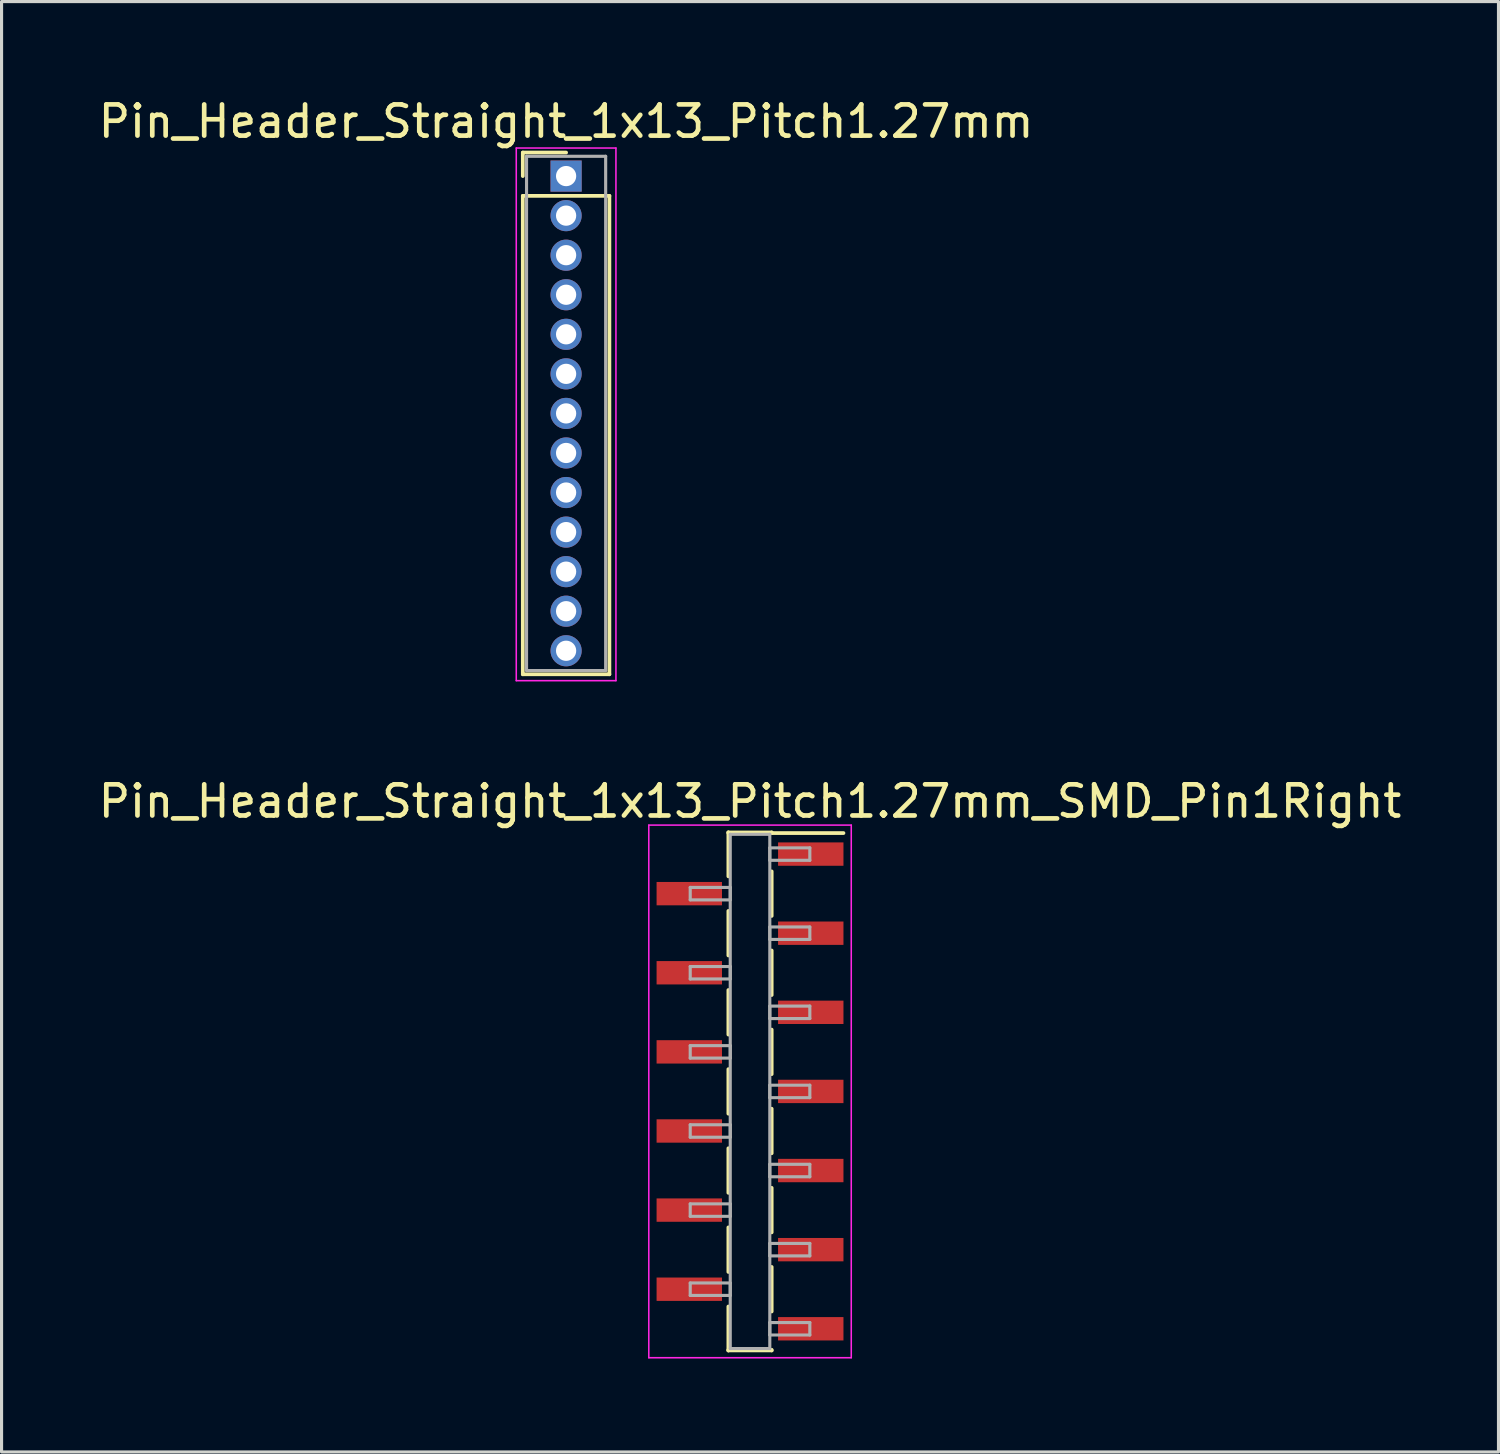
<source format=kicad_pcb>
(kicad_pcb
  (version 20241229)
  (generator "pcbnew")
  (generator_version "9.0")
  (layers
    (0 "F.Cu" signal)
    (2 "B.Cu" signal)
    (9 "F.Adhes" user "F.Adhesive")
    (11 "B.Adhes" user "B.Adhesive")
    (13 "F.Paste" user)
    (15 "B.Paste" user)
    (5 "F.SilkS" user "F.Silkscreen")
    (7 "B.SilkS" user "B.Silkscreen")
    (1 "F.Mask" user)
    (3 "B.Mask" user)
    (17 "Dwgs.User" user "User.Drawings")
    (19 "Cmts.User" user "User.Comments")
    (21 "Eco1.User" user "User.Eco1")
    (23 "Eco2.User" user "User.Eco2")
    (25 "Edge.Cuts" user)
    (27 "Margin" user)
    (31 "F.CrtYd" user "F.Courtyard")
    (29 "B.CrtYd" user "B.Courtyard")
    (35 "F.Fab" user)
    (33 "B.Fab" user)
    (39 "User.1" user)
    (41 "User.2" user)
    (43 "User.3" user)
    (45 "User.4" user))
  (footprint "Pin_Header_Straight_1x13_Pitch1.27mm_SMD_Pin1Right"
    (layer "F.Cu")
    (at 21.03 31.991)
    (property "Reference" "Pin_Header_Straight_1x13_Pitch1.27mm_SMD_Pin1Right" (at 0 -9.315 0) (layer "F.SilkS") (effects (font (size 1 1) (thickness 0.15))))
    (attr smd)
    (fp_line (start -0.695 -8.315) (end -0.695 -6.905) (stroke (width 0.12) (type solid)) (layer "F.SilkS"))
    (fp_line (start -0.695 -8.315) (end 0.695 -8.315) (stroke (width 0.12) (type solid)) (layer "F.SilkS"))
    (fp_line (start -0.695 -8.295) (end -0.695 -8.315) (stroke (width 0.12) (type solid)) (layer "F.SilkS"))
    (fp_line (start -0.695 -5.795) (end -0.695 -4.365) (stroke (width 0.12) (type solid)) (layer "F.SilkS"))
    (fp_line (start -0.695 -3.255) (end -0.695 -1.825) (stroke (width 0.12) (type solid)) (layer "F.SilkS"))
    (fp_line (start -0.695 -0.715) (end -0.695 0.715) (stroke (width 0.12) (type solid)) (layer "F.SilkS"))
    (fp_line (start -0.695 1.825) (end -0.695 3.255) (stroke (width 0.12) (type solid)) (layer "F.SilkS"))
    (fp_line (start -0.695 4.365) (end -0.695 5.795) (stroke (width 0.12) (type solid)) (layer "F.SilkS"))
    (fp_line (start -0.695 6.905) (end -0.695 8.315) (stroke (width 0.12) (type solid)) (layer "F.SilkS"))
    (fp_line (start -0.695 8.295) (end -0.695 8.315) (stroke (width 0.12) (type solid)) (layer "F.SilkS"))
    (fp_line (start -0.695 8.315) (end 0.695 8.315) (stroke (width 0.12) (type solid)) (layer "F.SilkS"))
    (fp_line (start 0.695 -8.315) (end 0.695 -8.295) (stroke (width 0.12) (type solid)) (layer "F.SilkS"))
    (fp_line (start 0.695 -8.295) (end 3 -8.295) (stroke (width 0.12) (type solid)) (layer "F.SilkS"))
    (fp_line (start 0.695 -7.065) (end 0.695 -5.635) (stroke (width 0.12) (type solid)) (layer "F.SilkS"))
    (fp_line (start 0.695 -4.525) (end 0.695 -3.095) (stroke (width 0.12) (type solid)) (layer "F.SilkS"))
    (fp_line (start 0.695 -1.985) (end 0.695 -0.555) (stroke (width 0.12) (type solid)) (layer "F.SilkS"))
    (fp_line (start 0.695 0.555) (end 0.695 1.985) (stroke (width 0.12) (type solid)) (layer "F.SilkS"))
    (fp_line (start 0.695 3.095) (end 0.695 4.525) (stroke (width 0.12) (type solid)) (layer "F.SilkS"))
    (fp_line (start 0.695 5.635) (end 0.695 7.065) (stroke (width 0.12) (type solid)) (layer "F.SilkS"))
    (fp_line (start 0.695 8.315) (end 0.695 8.295) (stroke (width 0.12) (type solid)) (layer "F.SilkS"))
    (fp_line (start -3.25 -8.55) (end -3.25 8.55) (stroke (width 0.05) (type solid)) (layer "F.CrtYd"))
    (fp_line (start -3.25 8.55) (end 3.25 8.55) (stroke (width 0.05) (type solid)) (layer "F.CrtYd"))
    (fp_line (start 3.25 -8.55) (end -3.25 -8.55) (stroke (width 0.05) (type solid)) (layer "F.CrtYd"))
    (fp_line (start 3.25 8.55) (end 3.25 -8.55) (stroke (width 0.05) (type solid)) (layer "F.CrtYd"))
    (fp_line (start -1.92 -6.55) (end -0.635 -6.55) (stroke (width 0.1) (type solid)) (layer "F.Fab"))
    (fp_line (start -1.92 -6.15) (end -1.92 -6.55) (stroke (width 0.1) (type solid)) (layer "F.Fab"))
    (fp_line (start -1.92 -4.01) (end -0.635 -4.01) (stroke (width 0.1) (type solid)) (layer "F.Fab"))
    (fp_line (start -1.92 -3.61) (end -1.92 -4.01) (stroke (width 0.1) (type solid)) (layer "F.Fab"))
    (fp_line (start -1.92 -1.47) (end -0.635 -1.47) (stroke (width 0.1) (type solid)) (layer "F.Fab"))
    (fp_line (start -1.92 -1.07) (end -1.92 -1.47) (stroke (width 0.1) (type solid)) (layer "F.Fab"))
    (fp_line (start -1.92 1.07) (end -0.635 1.07) (stroke (width 0.1) (type solid)) (layer "F.Fab"))
    (fp_line (start -1.92 1.47) (end -1.92 1.07) (stroke (width 0.1) (type solid)) (layer "F.Fab"))
    (fp_line (start -1.92 3.61) (end -0.635 3.61) (stroke (width 0.1) (type solid)) (layer "F.Fab"))
    (fp_line (start -1.92 4.01) (end -1.92 3.61) (stroke (width 0.1) (type solid)) (layer "F.Fab"))
    (fp_line (start -1.92 6.15) (end -0.635 6.15) (stroke (width 0.1) (type solid)) (layer "F.Fab"))
    (fp_line (start -1.92 6.55) (end -1.92 6.15) (stroke (width 0.1) (type solid)) (layer "F.Fab"))
    (fp_line (start -0.635 -8.255) (end -0.635 8.255) (stroke (width 0.1) (type solid)) (layer "F.Fab"))
    (fp_line (start -0.635 -6.55) (end -0.635 -6.15) (stroke (width 0.1) (type solid)) (layer "F.Fab"))
    (fp_line (start -0.635 -6.15) (end -1.92 -6.15) (stroke (width 0.1) (type solid)) (layer "F.Fab"))
    (fp_line (start -0.635 -4.01) (end -0.635 -3.61) (stroke (width 0.1) (type solid)) (layer "F.Fab"))
    (fp_line (start -0.635 -3.61) (end -1.92 -3.61) (stroke (width 0.1) (type solid)) (layer "F.Fab"))
    (fp_line (start -0.635 -1.47) (end -0.635 -1.07) (stroke (width 0.1) (type solid)) (layer "F.Fab"))
    (fp_line (start -0.635 -1.07) (end -1.92 -1.07) (stroke (width 0.1) (type solid)) (layer "F.Fab"))
    (fp_line (start -0.635 1.07) (end -0.635 1.47) (stroke (width 0.1) (type solid)) (layer "F.Fab"))
    (fp_line (start -0.635 1.47) (end -1.92 1.47) (stroke (width 0.1) (type solid)) (layer "F.Fab"))
    (fp_line (start -0.635 3.61) (end -0.635 4.01) (stroke (width 0.1) (type solid)) (layer "F.Fab"))
    (fp_line (start -0.635 4.01) (end -1.92 4.01) (stroke (width 0.1) (type solid)) (layer "F.Fab"))
    (fp_line (start -0.635 6.15) (end -0.635 6.55) (stroke (width 0.1) (type solid)) (layer "F.Fab"))
    (fp_line (start -0.635 6.55) (end -1.92 6.55) (stroke (width 0.1) (type solid)) (layer "F.Fab"))
    (fp_line (start -0.635 8.255) (end 0.635 8.255) (stroke (width 0.1) (type solid)) (layer "F.Fab"))
    (fp_line (start 0.635 -8.255) (end -0.635 -8.255) (stroke (width 0.1) (type solid)) (layer "F.Fab"))
    (fp_line (start 0.635 -7.82) (end 0.635 -7.42) (stroke (width 0.1) (type solid)) (layer "F.Fab"))
    (fp_line (start 0.635 -7.42) (end 1.92 -7.42) (stroke (width 0.1) (type solid)) (layer "F.Fab"))
    (fp_line (start 0.635 -5.28) (end 0.635 -4.88) (stroke (width 0.1) (type solid)) (layer "F.Fab"))
    (fp_line (start 0.635 -4.88) (end 1.92 -4.88) (stroke (width 0.1) (type solid)) (layer "F.Fab"))
    (fp_line (start 0.635 -2.74) (end 0.635 -2.34) (stroke (width 0.1) (type solid)) (layer "F.Fab"))
    (fp_line (start 0.635 -2.34) (end 1.92 -2.34) (stroke (width 0.1) (type solid)) (layer "F.Fab"))
    (fp_line (start 0.635 -0.2) (end 0.635 0.2) (stroke (width 0.1) (type solid)) (layer "F.Fab"))
    (fp_line (start 0.635 0.2) (end 1.92 0.2) (stroke (width 0.1) (type solid)) (layer "F.Fab"))
    (fp_line (start 0.635 2.34) (end 0.635 2.74) (stroke (width 0.1) (type solid)) (layer "F.Fab"))
    (fp_line (start 0.635 2.74) (end 1.92 2.74) (stroke (width 0.1) (type solid)) (layer "F.Fab"))
    (fp_line (start 0.635 4.88) (end 0.635 5.28) (stroke (width 0.1) (type solid)) (layer "F.Fab"))
    (fp_line (start 0.635 5.28) (end 1.92 5.28) (stroke (width 0.1) (type solid)) (layer "F.Fab"))
    (fp_line (start 0.635 7.42) (end 0.635 7.82) (stroke (width 0.1) (type solid)) (layer "F.Fab"))
    (fp_line (start 0.635 7.82) (end 1.92 7.82) (stroke (width 0.1) (type solid)) (layer "F.Fab"))
    (fp_line (start 0.635 8.255) (end 0.635 -8.255) (stroke (width 0.1) (type solid)) (layer "F.Fab"))
    (fp_line (start 1.92 -7.82) (end 0.635 -7.82) (stroke (width 0.1) (type solid)) (layer "F.Fab"))
    (fp_line (start 1.92 -7.42) (end 1.92 -7.82) (stroke (width 0.1) (type solid)) (layer "F.Fab"))
    (fp_line (start 1.92 -5.28) (end 0.635 -5.28) (stroke (width 0.1) (type solid)) (layer "F.Fab"))
    (fp_line (start 1.92 -4.88) (end 1.92 -5.28) (stroke (width 0.1) (type solid)) (layer "F.Fab"))
    (fp_line (start 1.92 -2.74) (end 0.635 -2.74) (stroke (width 0.1) (type solid)) (layer "F.Fab"))
    (fp_line (start 1.92 -2.34) (end 1.92 -2.74) (stroke (width 0.1) (type solid)) (layer "F.Fab"))
    (fp_line (start 1.92 -0.2) (end 0.635 -0.2) (stroke (width 0.1) (type solid)) (layer "F.Fab"))
    (fp_line (start 1.92 0.2) (end 1.92 -0.2) (stroke (width 0.1) (type solid)) (layer "F.Fab"))
    (fp_line (start 1.92 2.34) (end 0.635 2.34) (stroke (width 0.1) (type solid)) (layer "F.Fab"))
    (fp_line (start 1.92 2.74) (end 1.92 2.34) (stroke (width 0.1) (type solid)) (layer "F.Fab"))
    (fp_line (start 1.92 4.88) (end 0.635 4.88) (stroke (width 0.1) (type solid)) (layer "F.Fab"))
    (fp_line (start 1.92 5.28) (end 1.92 4.88) (stroke (width 0.1) (type solid)) (layer "F.Fab"))
    (fp_line (start 1.92 7.42) (end 0.635 7.42) (stroke (width 0.1) (type solid)) (layer "F.Fab"))
    (fp_line (start 1.92 7.82) (end 1.92 7.42) (stroke (width 0.1) (type solid)) (layer "F.Fab"))
    (pad "1" smd rect (at 1.95 -7.62) (size 2.1 0.75) (layers "F.Cu" "F.Mask"))
    (pad "2" smd rect (at -1.95 -6.35) (size 2.1 0.75) (layers "F.Cu" "F.Mask"))
    (pad "3" smd rect (at 1.95 -5.08) (size 2.1 0.75) (layers "F.Cu" "F.Mask"))
    (pad "4" smd rect (at -1.95 -3.81) (size 2.1 0.75) (layers "F.Cu" "F.Mask"))
    (pad "5" smd rect (at 1.95 -2.54) (size 2.1 0.75) (layers "F.Cu" "F.Mask"))
    (pad "6" smd rect (at -1.95 -1.27) (size 2.1 0.75) (layers "F.Cu" "F.Mask"))
    (pad "7" smd rect (at 1.95 0) (size 2.1 0.75) (layers "F.Cu" "F.Mask"))
    (pad "8" smd rect (at -1.95 1.27) (size 2.1 0.75) (layers "F.Cu" "F.Mask"))
    (pad "9" smd rect (at 1.95 2.54) (size 2.1 0.75) (layers "F.Cu" "F.Mask"))
    (pad "10" smd rect (at -1.95 3.81) (size 2.1 0.75) (layers "F.Cu" "F.Mask"))
    (pad "11" smd rect (at 1.95 5.08) (size 2.1 0.75) (layers "F.Cu" "F.Mask"))
    (pad "12" smd rect (at -1.95 6.35) (size 2.1 0.75) (layers "F.Cu" "F.Mask"))
    (pad "13" smd rect (at 1.95 7.62) (size 2.1 0.75) (layers "F.Cu" "F.Mask")))
  (footprint "Pin_Header_Straight_1x13_Pitch1.27mm"
    (layer "F.Cu")
    (at 15.125 2.603)
    (property "Reference" "Pin_Header_Straight_1x13_Pitch1.27mm" (at 0 -1.755 0) (layer "F.SilkS") (effects (font (size 1 1) (thickness 0.15))))
    (attr through_hole)
    (fp_line (start -1.39 -0.755) (end 0 -0.755) (stroke (width 0.12) (type solid)) (layer "F.SilkS"))
    (fp_line (start -1.39 0) (end -1.39 -0.755) (stroke (width 0.12) (type solid)) (layer "F.SilkS"))
    (fp_line (start -1.39 0.635) (end -1.39 15.995) (stroke (width 0.12) (type solid)) (layer "F.SilkS"))
    (fp_line (start -1.39 15.995) (end 1.39 15.995) (stroke (width 0.12) (type solid)) (layer "F.SilkS"))
    (fp_line (start 1.39 0.635) (end -1.39 0.635) (stroke (width 0.12) (type solid)) (layer "F.SilkS"))
    (fp_line (start 1.39 15.995) (end 1.39 0.635) (stroke (width 0.12) (type solid)) (layer "F.SilkS"))
    (fp_line (start -1.6 -0.9) (end -1.6 16.2) (stroke (width 0.05) (type solid)) (layer "F.CrtYd"))
    (fp_line (start -1.6 16.2) (end 1.6 16.2) (stroke (width 0.05) (type solid)) (layer "F.CrtYd"))
    (fp_line (start 1.6 -0.9) (end -1.6 -0.9) (stroke (width 0.05) (type solid)) (layer "F.CrtYd"))
    (fp_line (start 1.6 16.2) (end 1.6 -0.9) (stroke (width 0.05) (type solid)) (layer "F.CrtYd"))
    (fp_line (start -1.27 -0.635) (end -1.27 15.875) (stroke (width 0.1) (type solid)) (layer "F.Fab"))
    (fp_line (start -1.27 15.875) (end 1.27 15.875) (stroke (width 0.1) (type solid)) (layer "F.Fab"))
    (fp_line (start 1.27 -0.635) (end -1.27 -0.635) (stroke (width 0.1) (type solid)) (layer "F.Fab"))
    (fp_line (start 1.27 15.875) (end 1.27 -0.635) (stroke (width 0.1) (type solid)) (layer "F.Fab"))
    (pad "1" thru_hole rect (at 0 0) (size 1 1) (drill 0.65) (layers "*.Cu" "*.Mask"))
    (pad "2" thru_hole oval (at 0 1.27) (size 1 1) (drill 0.65) (layers "*.Cu" "*.Mask"))
    (pad "3" thru_hole oval (at 0 2.54) (size 1 1) (drill 0.65) (layers "*.Cu" "*.Mask"))
    (pad "4" thru_hole oval (at 0 3.81) (size 1 1) (drill 0.65) (layers "*.Cu" "*.Mask"))
    (pad "5" thru_hole oval (at 0 5.08) (size 1 1) (drill 0.65) (layers "*.Cu" "*.Mask"))
    (pad "6" thru_hole oval (at 0 6.35) (size 1 1) (drill 0.65) (layers "*.Cu" "*.Mask"))
    (pad "7" thru_hole oval (at 0 7.62) (size 1 1) (drill 0.65) (layers "*.Cu" "*.Mask"))
    (pad "8" thru_hole oval (at 0 8.89) (size 1 1) (drill 0.65) (layers "*.Cu" "*.Mask"))
    (pad "9" thru_hole oval (at 0 10.16) (size 1 1) (drill 0.65) (layers "*.Cu" "*.Mask"))
    (pad "10" thru_hole oval (at 0 11.43) (size 1 1) (drill 0.65) (layers "*.Cu" "*.Mask"))
    (pad "11" thru_hole oval (at 0 12.7) (size 1 1) (drill 0.65) (layers "*.Cu" "*.Mask"))
    (pad "12" thru_hole oval (at 0 13.97) (size 1 1) (drill 0.65) (layers "*.Cu" "*.Mask"))
    (pad "13" thru_hole oval (at 0 15.24) (size 1 1) (drill 0.65) (layers "*.Cu" "*.Mask")))
  (gr_rect
    (start -3 -3)
    (end 45.06 43.566)
    (stroke (width 0.1) (type default))
    (fill no)
    (layer "Edge.Cuts")))
</source>
